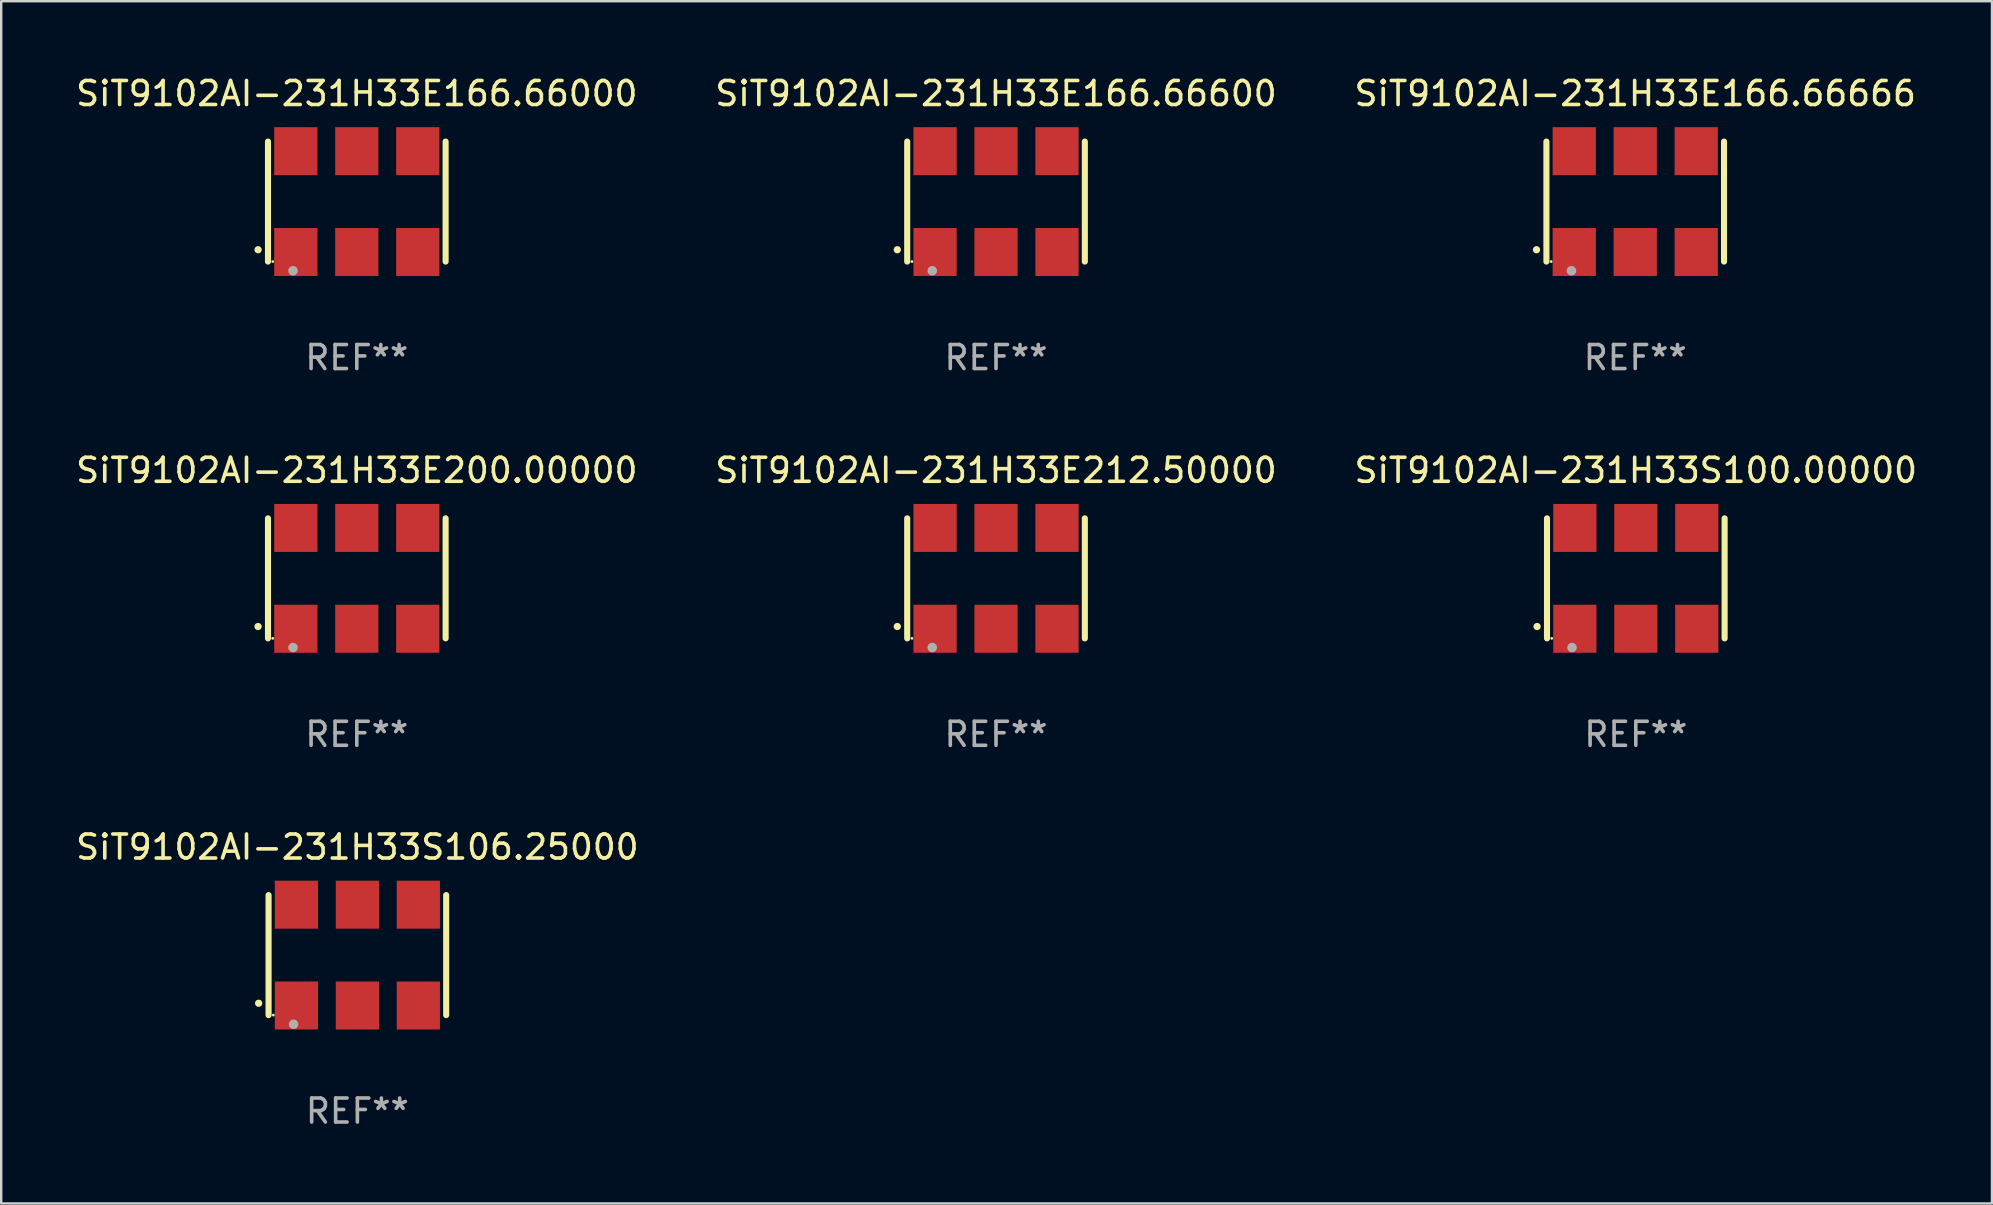
<source format=kicad_pcb>
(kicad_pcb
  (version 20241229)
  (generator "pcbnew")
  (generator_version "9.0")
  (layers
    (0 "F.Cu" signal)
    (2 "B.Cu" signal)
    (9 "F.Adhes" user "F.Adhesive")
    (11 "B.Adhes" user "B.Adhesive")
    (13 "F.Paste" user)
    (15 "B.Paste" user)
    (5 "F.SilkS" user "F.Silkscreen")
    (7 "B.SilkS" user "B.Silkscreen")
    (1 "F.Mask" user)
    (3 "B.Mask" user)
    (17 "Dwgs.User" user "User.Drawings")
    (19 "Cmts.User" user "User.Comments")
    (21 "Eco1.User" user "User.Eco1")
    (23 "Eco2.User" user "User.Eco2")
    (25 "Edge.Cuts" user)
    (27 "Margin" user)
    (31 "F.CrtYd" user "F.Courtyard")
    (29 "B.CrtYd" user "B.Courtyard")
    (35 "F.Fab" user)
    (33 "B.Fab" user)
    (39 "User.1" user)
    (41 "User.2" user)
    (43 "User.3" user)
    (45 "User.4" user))
  (footprint "SiT9102AI-231H33E166.66666"
    (layer "F.Cu")
    (at 65.077 5.348)
    (property "Reference" "SiT9102AI-231H33E166.66666" (at 0 -4.5 0) (layer "F.SilkS") (effects (font (size 1 1) (thickness 0.15))))
    (attr through_hole)
    (fp_line (start -3.7 -2.5) (end -3.7 2.5) (stroke (width 0.254) (type solid)) (layer "F.SilkS"))
    (fp_line (start 3.7 -2.5) (end 3.7 2.5) (stroke (width 0.254) (type solid)) (layer "F.SilkS"))
    (fp_arc (start -4.114415 2.006604) (mid -4.113145 2.006599) (end -4.111875 2.006604) (stroke (width 0.3) (type solid)) (layer "F.SilkS"))
    (fp_circle (center -3.502 2.5) (end -3.472 2.5) (stroke (width 0.06) (type solid)) (fill no) (layer "F.SilkS"))
    (fp_circle (center -2.657 2.882) (end -2.557 2.882) (stroke (width 0.2) (type solid)) (fill no) (layer "F.Fab"))
    (fp_text user "REF**" (at 0 6.5 0) (layer "F.Fab") (effects (font (size 1 1) (thickness 0.15))))
    (pad "1" smd rect (at -2.54 2.1) (size 1.8 2) (layers "F.Cu" "F.Mask" "F.Paste"))
    (pad "2" smd rect (at 0.000394 2.1) (size 1.8 2) (layers "F.Cu" "F.Mask" "F.Paste"))
    (pad "3" smd rect (at 2.54 2.1) (size 1.8 2) (layers "F.Cu" "F.Mask" "F.Paste"))
    (pad "4" smd rect (at 2.54 -2.1) (size 1.8 2) (layers "F.Cu" "F.Mask" "F.Paste"))
    (pad "5" smd rect (at 0.000394 -2.1) (size 1.8 2) (layers "F.Cu" "F.Mask" "F.Paste"))
    (pad "6" smd rect (at -2.54 -2.1) (size 1.8 2) (layers "F.Cu" "F.Mask" "F.Paste")))
  (footprint "SiT9102AI-231H33E166.66000"
    (layer "F.Cu")
    (at 11.815 5.348)
    (property "Reference" "SiT9102AI-231H33E166.66000" (at 0 -4.5 0) (layer "F.SilkS") (effects (font (size 1 1) (thickness 0.15))))
    (attr through_hole)
    (fp_line (start -3.7 -2.5) (end -3.7 2.5) (stroke (width 0.254) (type solid)) (layer "F.SilkS"))
    (fp_line (start 3.7 -2.5) (end 3.7 2.5) (stroke (width 0.254) (type solid)) (layer "F.SilkS"))
    (fp_arc (start -4.114415 2.006604) (mid -4.113145 2.006599) (end -4.111875 2.006604) (stroke (width 0.3) (type solid)) (layer "F.SilkS"))
    (fp_circle (center -3.502 2.5) (end -3.472 2.5) (stroke (width 0.06) (type solid)) (fill no) (layer "F.SilkS"))
    (fp_circle (center -2.657 2.882) (end -2.557 2.882) (stroke (width 0.2) (type solid)) (fill no) (layer "F.Fab"))
    (fp_text user "REF**" (at 0 6.5 0) (layer "F.Fab") (effects (font (size 1 1) (thickness 0.15))))
    (pad "1" smd rect (at -2.54 2.1) (size 1.8 2) (layers "F.Cu" "F.Mask" "F.Paste"))
    (pad "2" smd rect (at 0.000394 2.1) (size 1.8 2) (layers "F.Cu" "F.Mask" "F.Paste"))
    (pad "3" smd rect (at 2.54 2.1) (size 1.8 2) (layers "F.Cu" "F.Mask" "F.Paste"))
    (pad "4" smd rect (at 2.54 -2.1) (size 1.8 2) (layers "F.Cu" "F.Mask" "F.Paste"))
    (pad "5" smd rect (at 0.000394 -2.1) (size 1.8 2) (layers "F.Cu" "F.Mask" "F.Paste"))
    (pad "6" smd rect (at -2.54 -2.1) (size 1.8 2) (layers "F.Cu" "F.Mask" "F.Paste")))
  (footprint "SiT9102AI-231H33E200.00000"
    (layer "F.Cu")
    (at 11.815 21.045)
    (property "Reference" "SiT9102AI-231H33E200.00000" (at 0 -4.5 0) (layer "F.SilkS") (effects (font (size 1 1) (thickness 0.15))))
    (attr through_hole)
    (fp_line (start -3.7 -2.5) (end -3.7 2.5) (stroke (width 0.254) (type solid)) (layer "F.SilkS"))
    (fp_line (start 3.7 -2.5) (end 3.7 2.5) (stroke (width 0.254) (type solid)) (layer "F.SilkS"))
    (fp_arc (start -4.114415 2.006604) (mid -4.113145 2.006599) (end -4.111875 2.006604) (stroke (width 0.3) (type solid)) (layer "F.SilkS"))
    (fp_circle (center -3.502 2.5) (end -3.472 2.5) (stroke (width 0.06) (type solid)) (fill no) (layer "F.SilkS"))
    (fp_circle (center -2.657 2.882) (end -2.557 2.882) (stroke (width 0.2) (type solid)) (fill no) (layer "F.Fab"))
    (fp_text user "REF**" (at 0 6.5 0) (layer "F.Fab") (effects (font (size 1 1) (thickness 0.15))))
    (pad "1" smd rect (at -2.54 2.1) (size 1.8 2) (layers "F.Cu" "F.Mask" "F.Paste"))
    (pad "2" smd rect (at 0.000394 2.1) (size 1.8 2) (layers "F.Cu" "F.Mask" "F.Paste"))
    (pad "3" smd rect (at 2.54 2.1) (size 1.8 2) (layers "F.Cu" "F.Mask" "F.Paste"))
    (pad "4" smd rect (at 2.54 -2.1) (size 1.8 2) (layers "F.Cu" "F.Mask" "F.Paste"))
    (pad "5" smd rect (at 0.000394 -2.1) (size 1.8 2) (layers "F.Cu" "F.Mask" "F.Paste"))
    (pad "6" smd rect (at -2.54 -2.1) (size 1.8 2) (layers "F.Cu" "F.Mask" "F.Paste")))
  (footprint "SiT9102AI-231H33E212.50000"
    (layer "F.Cu")
    (at 38.446 21.045)
    (property "Reference" "SiT9102AI-231H33E212.50000" (at 0 -4.5 0) (layer "F.SilkS") (effects (font (size 1 1) (thickness 0.15))))
    (attr through_hole)
    (fp_line (start -3.7 -2.5) (end -3.7 2.5) (stroke (width 0.254) (type solid)) (layer "F.SilkS"))
    (fp_line (start 3.7 -2.5) (end 3.7 2.5) (stroke (width 0.254) (type solid)) (layer "F.SilkS"))
    (fp_arc (start -4.114415 2.006604) (mid -4.113145 2.006599) (end -4.111875 2.006604) (stroke (width 0.3) (type solid)) (layer "F.SilkS"))
    (fp_circle (center -3.502 2.5) (end -3.472 2.5) (stroke (width 0.06) (type solid)) (fill no) (layer "F.SilkS"))
    (fp_circle (center -2.657 2.882) (end -2.557 2.882) (stroke (width 0.2) (type solid)) (fill no) (layer "F.Fab"))
    (fp_text user "REF**" (at 0 6.5 0) (layer "F.Fab") (effects (font (size 1 1) (thickness 0.15))))
    (pad "1" smd rect (at -2.54 2.1) (size 1.8 2) (layers "F.Cu" "F.Mask" "F.Paste"))
    (pad "2" smd rect (at 0.000394 2.1) (size 1.8 2) (layers "F.Cu" "F.Mask" "F.Paste"))
    (pad "3" smd rect (at 2.54 2.1) (size 1.8 2) (layers "F.Cu" "F.Mask" "F.Paste"))
    (pad "4" smd rect (at 2.54 -2.1) (size 1.8 2) (layers "F.Cu" "F.Mask" "F.Paste"))
    (pad "5" smd rect (at 0.000394 -2.1) (size 1.8 2) (layers "F.Cu" "F.Mask" "F.Paste"))
    (pad "6" smd rect (at -2.54 -2.1) (size 1.8 2) (layers "F.Cu" "F.Mask" "F.Paste")))
  (footprint "SiT9102AI-231H33S100.00000"
    (layer "F.Cu")
    (at 65.101 21.045)
    (property "Reference" "SiT9102AI-231H33S100.00000" (at 0 -4.5 0) (layer "F.SilkS") (effects (font (size 1 1) (thickness 0.15))))
    (attr through_hole)
    (fp_line (start -3.7 -2.5) (end -3.7 2.5) (stroke (width 0.254) (type solid)) (layer "F.SilkS"))
    (fp_line (start 3.7 -2.5) (end 3.7 2.5) (stroke (width 0.254) (type solid)) (layer "F.SilkS"))
    (fp_arc (start -4.114415 2.006604) (mid -4.113145 2.006599) (end -4.111875 2.006604) (stroke (width 0.3) (type solid)) (layer "F.SilkS"))
    (fp_circle (center -3.502 2.5) (end -3.472 2.5) (stroke (width 0.06) (type solid)) (fill no) (layer "F.SilkS"))
    (fp_circle (center -2.657 2.882) (end -2.557 2.882) (stroke (width 0.2) (type solid)) (fill no) (layer "F.Fab"))
    (fp_text user "REF**" (at 0 6.5 0) (layer "F.Fab") (effects (font (size 1 1) (thickness 0.15))))
    (pad "1" smd rect (at -2.54 2.1) (size 1.8 2) (layers "F.Cu" "F.Mask" "F.Paste"))
    (pad "2" smd rect (at 0.000394 2.1) (size 1.8 2) (layers "F.Cu" "F.Mask" "F.Paste"))
    (pad "3" smd rect (at 2.54 2.1) (size 1.8 2) (layers "F.Cu" "F.Mask" "F.Paste"))
    (pad "4" smd rect (at 2.54 -2.1) (size 1.8 2) (layers "F.Cu" "F.Mask" "F.Paste"))
    (pad "5" smd rect (at 0.000394 -2.1) (size 1.8 2) (layers "F.Cu" "F.Mask" "F.Paste"))
    (pad "6" smd rect (at -2.54 -2.1) (size 1.8 2) (layers "F.Cu" "F.Mask" "F.Paste")))
  (footprint "SiT9102AI-231H33E166.66600"
    (layer "F.Cu")
    (at 38.446 5.348)
    (property "Reference" "SiT9102AI-231H33E166.66600" (at 0 -4.5 0) (layer "F.SilkS") (effects (font (size 1 1) (thickness 0.15))))
    (attr through_hole)
    (fp_line (start -3.7 -2.5) (end -3.7 2.5) (stroke (width 0.254) (type solid)) (layer "F.SilkS"))
    (fp_line (start 3.7 -2.5) (end 3.7 2.5) (stroke (width 0.254) (type solid)) (layer "F.SilkS"))
    (fp_arc (start -4.114415 2.006604) (mid -4.113145 2.006599) (end -4.111875 2.006604) (stroke (width 0.3) (type solid)) (layer "F.SilkS"))
    (fp_circle (center -3.502 2.5) (end -3.472 2.5) (stroke (width 0.06) (type solid)) (fill no) (layer "F.SilkS"))
    (fp_circle (center -2.657 2.882) (end -2.557 2.882) (stroke (width 0.2) (type solid)) (fill no) (layer "F.Fab"))
    (fp_text user "REF**" (at 0 6.5 0) (layer "F.Fab") (effects (font (size 1 1) (thickness 0.15))))
    (pad "1" smd rect (at -2.54 2.1) (size 1.8 2) (layers "F.Cu" "F.Mask" "F.Paste"))
    (pad "2" smd rect (at 0.000394 2.1) (size 1.8 2) (layers "F.Cu" "F.Mask" "F.Paste"))
    (pad "3" smd rect (at 2.54 2.1) (size 1.8 2) (layers "F.Cu" "F.Mask" "F.Paste"))
    (pad "4" smd rect (at 2.54 -2.1) (size 1.8 2) (layers "F.Cu" "F.Mask" "F.Paste"))
    (pad "5" smd rect (at 0.000394 -2.1) (size 1.8 2) (layers "F.Cu" "F.Mask" "F.Paste"))
    (pad "6" smd rect (at -2.54 -2.1) (size 1.8 2) (layers "F.Cu" "F.Mask" "F.Paste")))
  (footprint "SiT9102AI-231H33S106.25000"
    (layer "F.Cu")
    (at 11.839 36.741)
    (property "Reference" "SiT9102AI-231H33S106.25000" (at 0 -4.5 0) (layer "F.SilkS") (effects (font (size 1 1) (thickness 0.15))))
    (attr through_hole)
    (fp_line (start -3.7 -2.5) (end -3.7 2.5) (stroke (width 0.254) (type solid)) (layer "F.SilkS"))
    (fp_line (start 3.7 -2.5) (end 3.7 2.5) (stroke (width 0.254) (type solid)) (layer "F.SilkS"))
    (fp_arc (start -4.114415 2.006604) (mid -4.113145 2.006599) (end -4.111875 2.006604) (stroke (width 0.3) (type solid)) (layer "F.SilkS"))
    (fp_circle (center -3.502 2.5) (end -3.472 2.5) (stroke (width 0.06) (type solid)) (fill no) (layer "F.SilkS"))
    (fp_circle (center -2.657 2.882) (end -2.557 2.882) (stroke (width 0.2) (type solid)) (fill no) (layer "F.Fab"))
    (fp_text user "REF**" (at 0 6.5 0) (layer "F.Fab") (effects (font (size 1 1) (thickness 0.15))))
    (pad "1" smd rect (at -2.54 2.1) (size 1.8 2) (layers "F.Cu" "F.Mask" "F.Paste"))
    (pad "2" smd rect (at 0.000394 2.1) (size 1.8 2) (layers "F.Cu" "F.Mask" "F.Paste"))
    (pad "3" smd rect (at 2.54 2.1) (size 1.8 2) (layers "F.Cu" "F.Mask" "F.Paste"))
    (pad "4" smd rect (at 2.54 -2.1) (size 1.8 2) (layers "F.Cu" "F.Mask" "F.Paste"))
    (pad "5" smd rect (at 0.000394 -2.1) (size 1.8 2) (layers "F.Cu" "F.Mask" "F.Paste"))
    (pad "6" smd rect (at -2.54 -2.1) (size 1.8 2) (layers "F.Cu" "F.Mask" "F.Paste")))
  (gr_rect
    (start -3 -3)
    (end 79.94 47.09)
    (stroke (width 0.1) (type default))
    (fill no)
    (layer "Edge.Cuts")))
</source>
